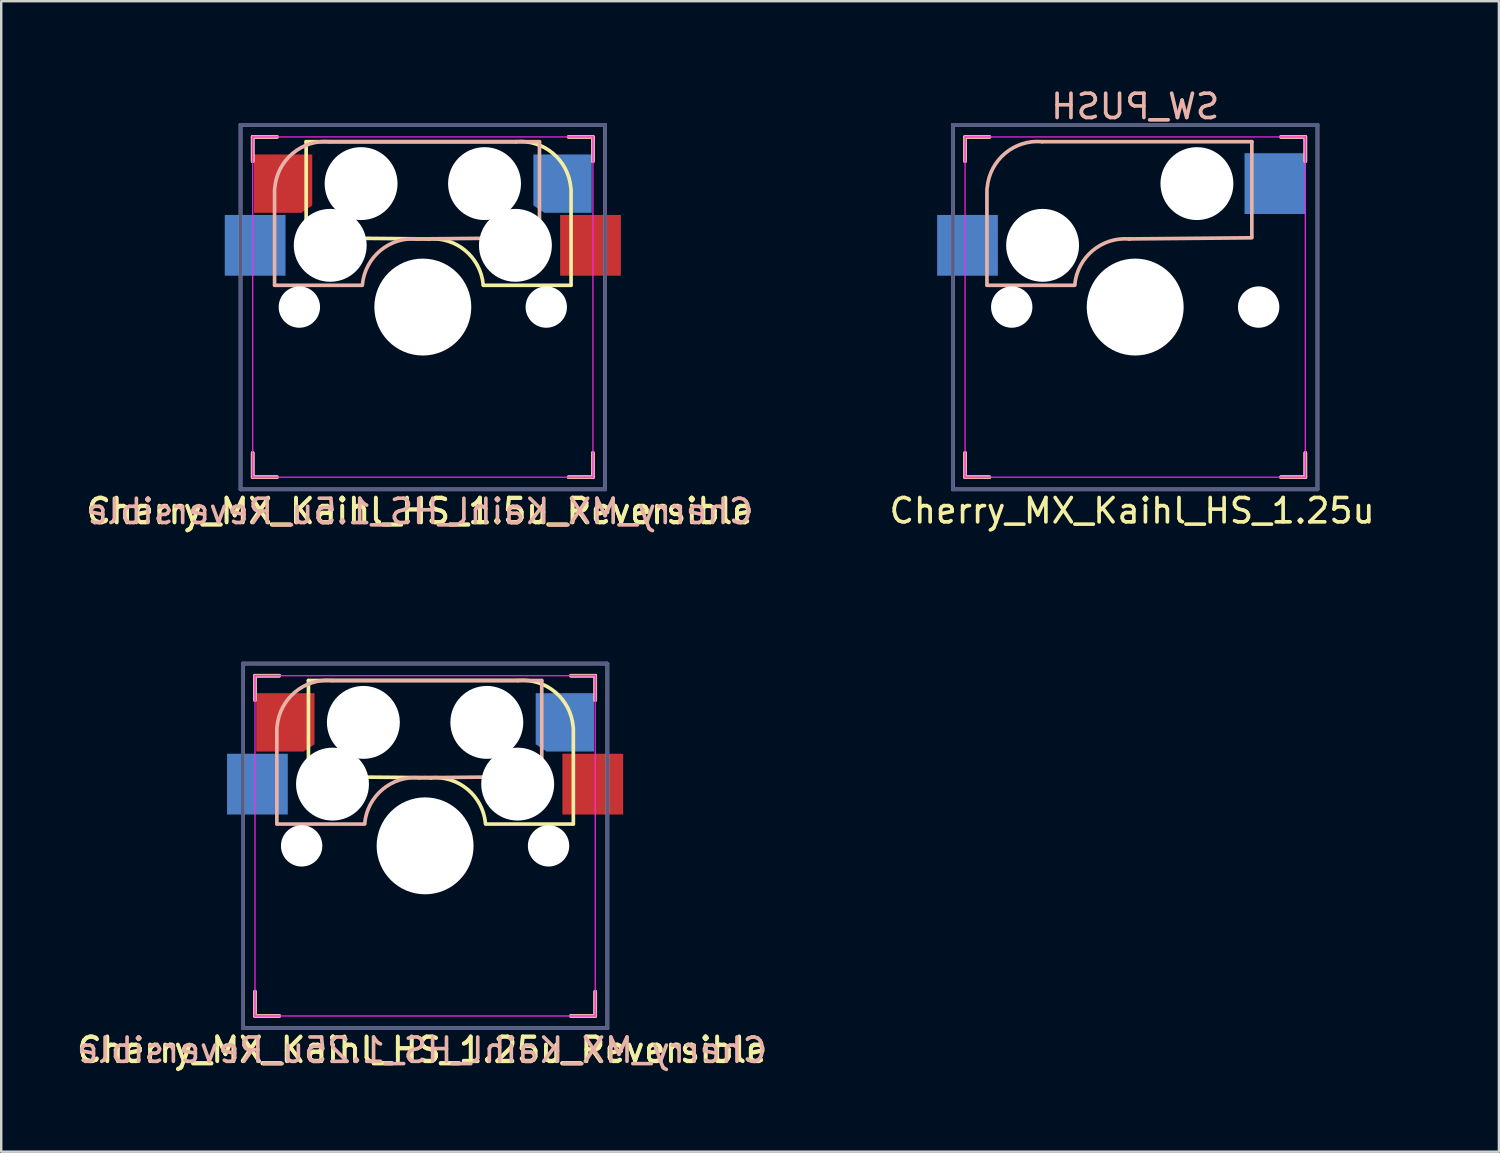
<source format=kicad_pcb>
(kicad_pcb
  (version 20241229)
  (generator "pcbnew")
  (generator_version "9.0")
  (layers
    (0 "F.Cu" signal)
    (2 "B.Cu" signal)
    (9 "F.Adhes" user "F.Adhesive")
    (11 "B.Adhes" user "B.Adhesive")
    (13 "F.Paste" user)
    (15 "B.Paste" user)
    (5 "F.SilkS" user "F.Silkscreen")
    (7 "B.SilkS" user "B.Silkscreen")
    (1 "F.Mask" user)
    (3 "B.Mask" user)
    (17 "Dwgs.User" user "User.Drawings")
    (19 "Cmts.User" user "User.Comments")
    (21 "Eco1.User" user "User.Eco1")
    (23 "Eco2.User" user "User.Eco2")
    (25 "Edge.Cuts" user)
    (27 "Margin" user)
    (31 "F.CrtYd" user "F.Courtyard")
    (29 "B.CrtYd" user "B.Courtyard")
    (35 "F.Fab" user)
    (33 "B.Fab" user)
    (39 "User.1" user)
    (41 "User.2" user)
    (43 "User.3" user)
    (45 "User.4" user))
  (footprint "Cherry_MX_Kaihl_HS_1.25u_Reversible"
    (layer "F.Cu")
    (at 14.442 31.755)
    (property "Reference" "Cherry_MX_Kaihl_HS_1.25u_Reversible" (at -0.127 8.382 0) (layer "F.SilkS") (effects (font (size 1 1) (thickness 0.15))))
    (attr through_hole)
    (fp_line (start -7 -7) (end -6 -7) (stroke (width 0.15) (type solid)) (layer "F.SilkS"))
    (fp_line (start -7 -6) (end -7 -7) (stroke (width 0.15) (type solid)) (layer "F.SilkS"))
    (fp_line (start -7 7) (end -7 6) (stroke (width 0.15) (type solid)) (layer "F.SilkS"))
    (fp_line (start -6 7) (end -7 7) (stroke (width 0.15) (type solid)) (layer "F.SilkS"))
    (fp_line (start -4.8 -6.804) (end 3.825 -6.804) (stroke (width 0.15) (type solid)) (layer "F.SilkS"))
    (fp_line (start -4.8 -2.896) (end -4.8 -6.804) (stroke (width 0.15) (type solid)) (layer "F.SilkS"))
    (fp_line (start -4.8 -2.85) (end 0.25 -2.804) (stroke (width 0.15) (type solid)) (layer "F.SilkS"))
    (fp_line (start 6 -7) (end 7 -7) (stroke (width 0.15) (type solid)) (layer "F.SilkS"))
    (fp_line (start 6.1 -4.85) (end 6.1 -0.905) (stroke (width 0.15) (type solid)) (layer "F.SilkS"))
    (fp_line (start 6.1 -0.896) (end 2.49 -0.896) (stroke (width 0.15) (type solid)) (layer "F.SilkS"))
    (fp_line (start 7 -7) (end 7 -6) (stroke (width 0.15) (type solid)) (layer "F.SilkS"))
    (fp_line (start 7 6) (end 7 7) (stroke (width 0.15) (type solid)) (layer "F.SilkS"))
    (fp_line (start 7 7) (end 6 7) (stroke (width 0.15) (type solid)) (layer "F.SilkS"))
    (fp_arc (start 0.225 -2.8) (mid 1.744361 -2.328062) (end 2.485001 -0.920001) (stroke (width 0.15) (type solid)) (layer "F.SilkS"))
    (fp_arc (start 3.825 -6.804) (mid 5.347189 -6.33089) (end 6.089 -4.92) (stroke (width 0.15) (type solid)) (layer "F.SilkS"))
    (fp_line (start -7 -7) (end -6 -7) (stroke (width 0.15) (type solid)) (layer "B.SilkS"))
    (fp_line (start -7 -6) (end -7 -7) (stroke (width 0.15) (type solid)) (layer "B.SilkS"))
    (fp_line (start -7 7) (end -7 6) (stroke (width 0.15) (type solid)) (layer "B.SilkS"))
    (fp_line (start -6.1 -4.85) (end -6.1 -0.905) (stroke (width 0.15) (type solid)) (layer "B.SilkS"))
    (fp_line (start -6.1 -0.896) (end -2.49 -0.896) (stroke (width 0.15) (type solid)) (layer "B.SilkS"))
    (fp_line (start -6 7) (end -7 7) (stroke (width 0.15) (type solid)) (layer "B.SilkS"))
    (fp_line (start 4.8 -6.804) (end -3.825 -6.804) (stroke (width 0.15) (type solid)) (layer "B.SilkS"))
    (fp_line (start 4.8 -2.896) (end 4.8 -6.804) (stroke (width 0.15) (type solid)) (layer "B.SilkS"))
    (fp_line (start 4.8 -2.85) (end -0.25 -2.804) (stroke (width 0.15) (type solid)) (layer "B.SilkS"))
    (fp_line (start 6 -7) (end 7 -7) (stroke (width 0.15) (type solid)) (layer "B.SilkS"))
    (fp_line (start 7 -7) (end 7 -6) (stroke (width 0.15) (type solid)) (layer "B.SilkS"))
    (fp_line (start 7 6) (end 7 7) (stroke (width 0.15) (type solid)) (layer "B.SilkS"))
    (fp_line (start 7 7) (end 6 7) (stroke (width 0.15) (type solid)) (layer "B.SilkS"))
    (fp_arc (start -6.089 -4.92) (mid -5.347189 -6.33089) (end -3.825 -6.804) (stroke (width 0.15) (type solid)) (layer "B.SilkS"))
    (fp_arc (start -2.484999 -0.920001) (mid -1.74436 -2.328062) (end -0.225 -2.8) (stroke (width 0.15) (type solid)) (layer "B.SilkS"))
    (fp_line (start -7 7) (end -7 -7) (stroke (width 0.1) (type solid)) (layer "Eco1.User"))
    (fp_line (start 7 -7) (end -7 -7) (stroke (width 0.1) (type solid)) (layer "Eco1.User"))
    (fp_line (start 7 7) (end -7 7) (stroke (width 0.1) (type solid)) (layer "Eco1.User"))
    (fp_line (start 7 7) (end 7 -7) (stroke (width 0.1) (type solid)) (layer "Eco1.User"))
    (fp_line (start -11.906 -9.525) (end 11.906 -9.525) (stroke (width 0.12) (type solid)) (layer "Eco2.User"))
    (fp_line (start -11.906 9.525) (end -11.906 -9.525) (stroke (width 0.12) (type solid)) (layer "Eco2.User"))
    (fp_line (start -0.8 4.25) (end 0.8 4.25) (stroke (width 0.12) (type solid)) (layer "Eco2.User"))
    (fp_line (start -0.8 5.85) (end -0.8 4.25) (stroke (width 0.12) (type solid)) (layer "Eco2.User"))
    (fp_line (start 0.8 4.25) (end 0.8 5.85) (stroke (width 0.12) (type solid)) (layer "Eco2.User"))
    (fp_line (start 0.8 5.85) (end -0.8 5.85) (stroke (width 0.12) (type solid)) (layer "Eco2.User"))
    (fp_line (start 11.906 -9.525) (end 11.906 9.525) (stroke (width 0.12) (type solid)) (layer "Eco2.User"))
    (fp_line (start 11.906 9.525) (end -11.906 9.525) (stroke (width 0.12) (type solid)) (layer "Eco2.User"))
    (fp_line (start -7 -7) (end 7 -7) (stroke (width 0.05) (type solid)) (layer "F.CrtYd"))
    (fp_line (start -7 7) (end -7 -7) (stroke (width 0.05) (type solid)) (layer "F.CrtYd"))
    (fp_line (start 7 -7) (end 7 7) (stroke (width 0.05) (type solid)) (layer "F.CrtYd"))
    (fp_line (start 7 7) (end -7 7) (stroke (width 0.05) (type solid)) (layer "F.CrtYd"))
    (fp_line (start -7.5 -7.5) (end 7.5 -7.5) (stroke (width 0.15) (type solid)) (layer "B.Fab"))
    (fp_line (start -7.5 7.5) (end -7.5 -7.5) (stroke (width 0.15) (type solid)) (layer "B.Fab"))
    (fp_line (start 7.5 -7.5) (end 7.5 7.5) (stroke (width 0.15) (type solid)) (layer "B.Fab"))
    (fp_line (start 7.5 7.5) (end -7.5 7.5) (stroke (width 0.15) (type solid)) (layer "B.Fab"))
    (fp_line (start -7.5 -7.5) (end 7.5 -7.5) (stroke (width 0.15) (type solid)) (layer "F.Fab"))
    (fp_line (start -7.5 7.5) (end -7.5 -7.5) (stroke (width 0.15) (type solid)) (layer "F.Fab"))
    (fp_line (start 7.5 -7.5) (end 7.5 7.5) (stroke (width 0.15) (type solid)) (layer "F.Fab"))
    (fp_line (start 7.5 7.5) (end -7.5 7.5) (stroke (width 0.15) (type solid)) (layer "F.Fab"))
    (fp_text user "${REFERENCE}" (at -0.12 8.41 0) (layer "F.SilkS") (effects (font (size 1 1) (thickness 0.15))))
    (fp_text user "${REFERENCE}" (at -0.12 8.41 0) (layer "B.SilkS") (effects (font (size 1 1) (thickness 0.15)) (justify mirror)))
    (pad "" np_thru_hole circle (at -5.08 0 180) (size 1.702 1.702) (drill 1.702) (layers "*.Cu" "*.Mask"))
    (pad "" np_thru_hole circle (at -3.81 -2.54 153.5) (size 3 3) (drill 3) (layers "*.Cu" "*.Mask"))
    (pad "" np_thru_hole circle (at -2.54 -5.08 206.5) (size 3 3) (drill 3) (layers "*.Cu" "*.Mask"))
    (pad "" np_thru_hole circle (at 0 0 180) (size 3.988 3.988) (drill 3.988) (layers "*.Cu" "*.Mask"))
    (pad "" np_thru_hole circle (at 2.54 -5.08 206.5) (size 3 3) (drill 3) (layers "*.Cu" "*.Mask"))
    (pad "" np_thru_hole circle (at 3.81 -2.54 206.5) (size 3 3) (drill 3) (layers "*.Cu" "*.Mask"))
    (pad "" np_thru_hole circle (at 5.08 0 180) (size 1.702 1.702) (drill 1.702) (layers "*.Cu" "*.Mask"))
    (pad "1" smd rect (at -6.9 -2.54 180) (size 2.5 2.5) (layers "B.Cu" "B.Mask" "B.Paste"))
    (pad "1" smd rect (at 6.9 -2.54 180) (size 2.5 2.5) (layers "F.Cu" "F.Mask" "F.Paste"))
    (pad "2" smd custom (at -5.75 -5.08 180) (size 2 2) (layers "F.Cu" "F.Mask" "F.Paste") (options (anchor rect)) (primitives (gr_poly (pts (xy 1.2 1.2) (xy -1.2 1.2) (xy -1.2 -0.9) (xy -0.75 -1.2) (xy 1.2 -1.2)) (width 0) (fill yes))))
    (pad "2" smd custom (at 5.75 -5.08 180) (size 2 2) (layers "B.Cu" "B.Mask" "B.Paste") (options (anchor rect)) (primitives (gr_poly (pts (xy 1.2 1.2) (xy 1.2 -0.9) (xy 0.75 -1.2) (xy -1.2 -1.2) (xy -1.2 1.2)) (width 0) (fill yes)))))
  (footprint "Cherry_MX_Kaihl_HS_1.5u_Reversible"
    (layer "F.Cu")
    (at 14.348 9.585)
    (property "Reference" "Cherry_MX_Kaihl_HS_1.5u_Reversible" (at -0.127 8.382 0) (layer "F.SilkS") (effects (font (size 1 1) (thickness 0.15))))
    (attr through_hole)
    (fp_line (start -7 -7) (end -6 -7) (stroke (width 0.15) (type solid)) (layer "F.SilkS"))
    (fp_line (start -7 -6) (end -7 -7) (stroke (width 0.15) (type solid)) (layer "F.SilkS"))
    (fp_line (start -7 7) (end -7 6) (stroke (width 0.15) (type solid)) (layer "F.SilkS"))
    (fp_line (start -6 7) (end -7 7) (stroke (width 0.15) (type solid)) (layer "F.SilkS"))
    (fp_line (start -4.8 -6.804) (end 3.825 -6.804) (stroke (width 0.15) (type solid)) (layer "F.SilkS"))
    (fp_line (start -4.8 -2.896) (end -4.8 -6.804) (stroke (width 0.15) (type solid)) (layer "F.SilkS"))
    (fp_line (start -4.8 -2.85) (end 0.25 -2.804) (stroke (width 0.15) (type solid)) (layer "F.SilkS"))
    (fp_line (start 6 -7) (end 7 -7) (stroke (width 0.15) (type solid)) (layer "F.SilkS"))
    (fp_line (start 6.1 -4.85) (end 6.1 -0.905) (stroke (width 0.15) (type solid)) (layer "F.SilkS"))
    (fp_line (start 6.1 -0.896) (end 2.49 -0.896) (stroke (width 0.15) (type solid)) (layer "F.SilkS"))
    (fp_line (start 7 -7) (end 7 -6) (stroke (width 0.15) (type solid)) (layer "F.SilkS"))
    (fp_line (start 7 6) (end 7 7) (stroke (width 0.15) (type solid)) (layer "F.SilkS"))
    (fp_line (start 7 7) (end 6 7) (stroke (width 0.15) (type solid)) (layer "F.SilkS"))
    (fp_arc (start 0.225 -2.8) (mid 1.744361 -2.328062) (end 2.485001 -0.920001) (stroke (width 0.15) (type solid)) (layer "F.SilkS"))
    (fp_arc (start 3.825 -6.804) (mid 5.347189 -6.33089) (end 6.089 -4.92) (stroke (width 0.15) (type solid)) (layer "F.SilkS"))
    (fp_line (start -7 -7) (end -6 -7) (stroke (width 0.15) (type solid)) (layer "B.SilkS"))
    (fp_line (start -7 -6) (end -7 -7) (stroke (width 0.15) (type solid)) (layer "B.SilkS"))
    (fp_line (start -7 7) (end -7 6) (stroke (width 0.15) (type solid)) (layer "B.SilkS"))
    (fp_line (start -6.1 -4.85) (end -6.1 -0.905) (stroke (width 0.15) (type solid)) (layer "B.SilkS"))
    (fp_line (start -6.1 -0.896) (end -2.49 -0.896) (stroke (width 0.15) (type solid)) (layer "B.SilkS"))
    (fp_line (start -6 7) (end -7 7) (stroke (width 0.15) (type solid)) (layer "B.SilkS"))
    (fp_line (start 4.8 -6.804) (end -3.825 -6.804) (stroke (width 0.15) (type solid)) (layer "B.SilkS"))
    (fp_line (start 4.8 -2.896) (end 4.8 -6.804) (stroke (width 0.15) (type solid)) (layer "B.SilkS"))
    (fp_line (start 4.8 -2.85) (end -0.25 -2.804) (stroke (width 0.15) (type solid)) (layer "B.SilkS"))
    (fp_line (start 6 -7) (end 7 -7) (stroke (width 0.15) (type solid)) (layer "B.SilkS"))
    (fp_line (start 7 -7) (end 7 -6) (stroke (width 0.15) (type solid)) (layer "B.SilkS"))
    (fp_line (start 7 6) (end 7 7) (stroke (width 0.15) (type solid)) (layer "B.SilkS"))
    (fp_line (start 7 7) (end 6 7) (stroke (width 0.15) (type solid)) (layer "B.SilkS"))
    (fp_arc (start -6.089 -4.92) (mid -5.347189 -6.33089) (end -3.825 -6.804) (stroke (width 0.15) (type solid)) (layer "B.SilkS"))
    (fp_arc (start -2.484999 -0.920001) (mid -1.74436 -2.328062) (end -0.225 -2.8) (stroke (width 0.15) (type solid)) (layer "B.SilkS"))
    (fp_line (start -7 7) (end -7 -7) (stroke (width 0.1) (type solid)) (layer "Eco1.User"))
    (fp_line (start 7 -7) (end -7 -7) (stroke (width 0.1) (type solid)) (layer "Eco1.User"))
    (fp_line (start 7 7) (end -7 7) (stroke (width 0.1) (type solid)) (layer "Eco1.User"))
    (fp_line (start 7 7) (end 7 -7) (stroke (width 0.1) (type solid)) (layer "Eco1.User"))
    (fp_line (start -14.287 -9.525) (end 14.287 -9.525) (stroke (width 0.12) (type solid)) (layer "Eco2.User"))
    (fp_line (start -14.287 9.525) (end -14.287 -9.525) (stroke (width 0.12) (type solid)) (layer "Eco2.User"))
    (fp_line (start -0.8 4.25) (end 0.8 4.25) (stroke (width 0.12) (type solid)) (layer "Eco2.User"))
    (fp_line (start -0.8 5.85) (end -0.8 4.25) (stroke (width 0.12) (type solid)) (layer "Eco2.User"))
    (fp_line (start 0.8 4.25) (end 0.8 5.85) (stroke (width 0.12) (type solid)) (layer "Eco2.User"))
    (fp_line (start 0.8 5.85) (end -0.8 5.85) (stroke (width 0.12) (type solid)) (layer "Eco2.User"))
    (fp_line (start 14.287 -9.525) (end 14.287 9.525) (stroke (width 0.12) (type solid)) (layer "Eco2.User"))
    (fp_line (start 14.287 9.525) (end -14.287 9.525) (stroke (width 0.12) (type solid)) (layer "Eco2.User"))
    (fp_line (start -7 -7) (end 7 -7) (stroke (width 0.05) (type solid)) (layer "F.CrtYd"))
    (fp_line (start -7 7) (end -7 -7) (stroke (width 0.05) (type solid)) (layer "F.CrtYd"))
    (fp_line (start 7 -7) (end 7 7) (stroke (width 0.05) (type solid)) (layer "F.CrtYd"))
    (fp_line (start 7 7) (end -7 7) (stroke (width 0.05) (type solid)) (layer "F.CrtYd"))
    (fp_line (start -7.5 -7.5) (end 7.5 -7.5) (stroke (width 0.15) (type solid)) (layer "B.Fab"))
    (fp_line (start -7.5 7.5) (end -7.5 -7.5) (stroke (width 0.15) (type solid)) (layer "B.Fab"))
    (fp_line (start 7.5 -7.5) (end 7.5 7.5) (stroke (width 0.15) (type solid)) (layer "B.Fab"))
    (fp_line (start 7.5 7.5) (end -7.5 7.5) (stroke (width 0.15) (type solid)) (layer "B.Fab"))
    (fp_line (start -7.5 -7.5) (end 7.5 -7.5) (stroke (width 0.15) (type solid)) (layer "F.Fab"))
    (fp_line (start -7.5 7.5) (end -7.5 -7.5) (stroke (width 0.15) (type solid)) (layer "F.Fab"))
    (fp_line (start 7.5 -7.5) (end 7.5 7.5) (stroke (width 0.15) (type solid)) (layer "F.Fab"))
    (fp_line (start 7.5 7.5) (end -7.5 7.5) (stroke (width 0.15) (type solid)) (layer "F.Fab"))
    (fp_text user "${REFERENCE}" (at -0.12 8.41 0) (layer "F.SilkS") (effects (font (size 1 1) (thickness 0.15))))
    (fp_text user "${REFERENCE}" (at -0.12 8.41 0) (layer "B.SilkS") (effects (font (size 1 1) (thickness 0.15)) (justify mirror)))
    (pad "" np_thru_hole circle (at -5.08 0 180) (size 1.702 1.702) (drill 1.702) (layers "*.Cu" "*.Mask"))
    (pad "" np_thru_hole circle (at -3.81 -2.54 153.5) (size 3 3) (drill 3) (layers "*.Cu" "*.Mask"))
    (pad "" np_thru_hole circle (at -2.54 -5.08 206.5) (size 3 3) (drill 3) (layers "*.Cu" "*.Mask"))
    (pad "" np_thru_hole circle (at 0 0 180) (size 3.988 3.988) (drill 3.988) (layers "*.Cu" "*.Mask"))
    (pad "" np_thru_hole circle (at 2.54 -5.08 206.5) (size 3 3) (drill 3) (layers "*.Cu" "*.Mask"))
    (pad "" np_thru_hole circle (at 3.81 -2.54 206.5) (size 3 3) (drill 3) (layers "*.Cu" "*.Mask"))
    (pad "" np_thru_hole circle (at 5.08 0 180) (size 1.702 1.702) (drill 1.702) (layers "*.Cu" "*.Mask"))
    (pad "1" smd rect (at -6.9 -2.54 180) (size 2.5 2.5) (layers "B.Cu" "B.Mask" "B.Paste"))
    (pad "1" smd rect (at 6.9 -2.54 180) (size 2.5 2.5) (layers "F.Cu" "F.Mask" "F.Paste"))
    (pad "2" smd custom (at -5.75 -5.08 180) (size 2 2) (layers "F.Cu" "F.Mask" "F.Paste") (options (anchor rect)) (primitives (gr_poly (pts (xy 1.2 1.2) (xy -1.2 1.2) (xy -1.2 -0.9) (xy -0.75 -1.2) (xy 1.2 -1.2)) (width 0) (fill yes))))
    (pad "2" smd custom (at 5.75 -5.08 180) (size 2 2) (layers "B.Cu" "B.Mask" "B.Paste") (options (anchor rect)) (primitives (gr_poly (pts (xy 1.2 1.2) (xy 1.2 -0.9) (xy 0.75 -1.2) (xy -1.2 -1.2) (xy -1.2 1.2)) (width 0) (fill yes)))))
  (footprint "Cherry_MX_Kaihl_HS_1.25u"
    (layer "F.Cu")
    (at 43.661 9.585)
    (property "Reference" "Cherry_MX_Kaihl_HS_1.25u" (at -0.127 8.382 0) (layer "F.SilkS") (effects (font (size 1 1) (thickness 0.15))))
    (property "Value" "SW_PUSH" (at 0.025 -8.255 0) (layer "F.SilkS") (hide yes) (effects (font (size 1 1) (thickness 0.15))))
    (attr through_hole)
    (fp_line (start -7 -7) (end -6 -7) (stroke (width 0.15) (type solid)) (layer "F.SilkS"))
    (fp_line (start -7 -6) (end -7 -7) (stroke (width 0.15) (type solid)) (layer "F.SilkS"))
    (fp_line (start -7 7) (end -7 6) (stroke (width 0.15) (type solid)) (layer "F.SilkS"))
    (fp_line (start -6 7) (end -7 7) (stroke (width 0.15) (type solid)) (layer "F.SilkS"))
    (fp_line (start 6 -7) (end 7 -7) (stroke (width 0.15) (type solid)) (layer "F.SilkS"))
    (fp_line (start 7 -7) (end 7 -6) (stroke (width 0.15) (type solid)) (layer "F.SilkS"))
    (fp_line (start 7 6) (end 7 7) (stroke (width 0.15) (type solid)) (layer "F.SilkS"))
    (fp_line (start 7 7) (end 6 7) (stroke (width 0.15) (type solid)) (layer "F.SilkS"))
    (fp_line (start -7 -7) (end -6 -7) (stroke (width 0.15) (type solid)) (layer "B.SilkS"))
    (fp_line (start -7 -6) (end -7 -7) (stroke (width 0.15) (type solid)) (layer "B.SilkS"))
    (fp_line (start -7 7) (end -7 6) (stroke (width 0.15) (type solid)) (layer "B.SilkS"))
    (fp_line (start -6.1 -4.85) (end -6.1 -0.905) (stroke (width 0.15) (type solid)) (layer "B.SilkS"))
    (fp_line (start -6.1 -0.896) (end -2.49 -0.896) (stroke (width 0.15) (type solid)) (layer "B.SilkS"))
    (fp_line (start -6 7) (end -7 7) (stroke (width 0.15) (type solid)) (layer "B.SilkS"))
    (fp_line (start 4.8 -6.804) (end -3.825 -6.804) (stroke (width 0.15) (type solid)) (layer "B.SilkS"))
    (fp_line (start 4.8 -2.896) (end 4.8 -6.804) (stroke (width 0.15) (type solid)) (layer "B.SilkS"))
    (fp_line (start 4.8 -2.85) (end -0.25 -2.804) (stroke (width 0.15) (type solid)) (layer "B.SilkS"))
    (fp_line (start 6 -7) (end 7 -7) (stroke (width 0.15) (type solid)) (layer "B.SilkS"))
    (fp_line (start 7 -7) (end 7 -6) (stroke (width 0.15) (type solid)) (layer "B.SilkS"))
    (fp_line (start 7 6) (end 7 7) (stroke (width 0.15) (type solid)) (layer "B.SilkS"))
    (fp_line (start 7 7) (end 6 7) (stroke (width 0.15) (type solid)) (layer "B.SilkS"))
    (fp_arc (start -6.089 -4.92) (mid -5.347189 -6.33089) (end -3.825 -6.804) (stroke (width 0.15) (type solid)) (layer "B.SilkS"))
    (fp_arc (start -2.484999 -0.920001) (mid -1.74436 -2.328062) (end -0.225 -2.8) (stroke (width 0.15) (type solid)) (layer "B.SilkS"))
    (fp_line (start -7 7) (end -7 -7) (stroke (width 0.1) (type solid)) (layer "Eco1.User"))
    (fp_line (start 7 -7) (end -7 -7) (stroke (width 0.1) (type solid)) (layer "Eco1.User"))
    (fp_line (start 7 7) (end -7 7) (stroke (width 0.1) (type solid)) (layer "Eco1.User"))
    (fp_line (start 7 7) (end 7 -7) (stroke (width 0.1) (type solid)) (layer "Eco1.User"))
    (fp_line (start -11.906 -9.525) (end 11.906 -9.525) (stroke (width 0.12) (type solid)) (layer "Eco2.User"))
    (fp_line (start -11.906 9.525) (end -11.906 -9.525) (stroke (width 0.12) (type solid)) (layer "Eco2.User"))
    (fp_line (start -0.8 4.25) (end 0.8 4.25) (stroke (width 0.12) (type solid)) (layer "Eco2.User"))
    (fp_line (start -0.8 5.85) (end -0.8 4.25) (stroke (width 0.12) (type solid)) (layer "Eco2.User"))
    (fp_line (start 0.8 4.25) (end 0.8 5.85) (stroke (width 0.12) (type solid)) (layer "Eco2.User"))
    (fp_line (start 0.8 5.85) (end -0.8 5.85) (stroke (width 0.12) (type solid)) (layer "Eco2.User"))
    (fp_line (start 11.906 -9.525) (end 11.906 9.525) (stroke (width 0.12) (type solid)) (layer "Eco2.User"))
    (fp_line (start 11.906 9.525) (end -11.906 9.525) (stroke (width 0.12) (type solid)) (layer "Eco2.User"))
    (fp_line (start -7 -7) (end 7 -7) (stroke (width 0.05) (type solid)) (layer "F.CrtYd"))
    (fp_line (start -7 7) (end -7 -7) (stroke (width 0.05) (type solid)) (layer "F.CrtYd"))
    (fp_line (start 7 -7) (end 7 7) (stroke (width 0.05) (type solid)) (layer "F.CrtYd"))
    (fp_line (start 7 7) (end -7 7) (stroke (width 0.05) (type solid)) (layer "F.CrtYd"))
    (fp_line (start -7.5 -7.5) (end 7.5 -7.5) (stroke (width 0.15) (type solid)) (layer "B.Fab"))
    (fp_line (start -7.5 7.5) (end -7.5 -7.5) (stroke (width 0.15) (type solid)) (layer "B.Fab"))
    (fp_line (start 7.5 -7.5) (end 7.5 7.5) (stroke (width 0.15) (type solid)) (layer "B.Fab"))
    (fp_line (start 7.5 7.5) (end -7.5 7.5) (stroke (width 0.15) (type solid)) (layer "B.Fab"))
    (fp_line (start -7.5 -7.5) (end 7.5 -7.5) (stroke (width 0.15) (type solid)) (layer "F.Fab"))
    (fp_line (start -7.5 7.5) (end -7.5 -7.5) (stroke (width 0.15) (type solid)) (layer "F.Fab"))
    (fp_line (start 7.5 -7.5) (end 7.5 7.5) (stroke (width 0.15) (type solid)) (layer "F.Fab"))
    (fp_line (start 7.5 7.5) (end -7.5 7.5) (stroke (width 0.15) (type solid)) (layer "F.Fab"))
    (fp_text user "${VALUE}" (at 0 -8.255 180) (layer "B.SilkS") (effects (font (size 1 1) (thickness 0.15)) (justify mirror)))
    (pad "" np_thru_hole circle (at -5.08 0 180) (size 1.702 1.702) (drill 1.702) (layers "*.Cu" "*.Mask"))
    (pad "" np_thru_hole circle (at -3.81 -2.54 153.5) (size 3 3) (drill 3) (layers "*.Cu" "*.Mask"))
    (pad "" np_thru_hole circle (at 0 0 180) (size 3.988 3.988) (drill 3.988) (layers "*.Cu" "*.Mask"))
    (pad "" np_thru_hole circle (at 2.54 -5.08 206.5) (size 3 3) (drill 3) (layers "*.Cu" "*.Mask"))
    (pad "" np_thru_hole circle (at 5.08 0 180) (size 1.702 1.702) (drill 1.702) (layers "*.Cu" "*.Mask"))
    (pad "1" smd rect (at -6.9 -2.54 180) (size 2.5 2.5) (layers "B.Cu" "B.Mask" "B.Paste"))
    (pad "2" smd rect (at 5.75 -5.08 180) (size 2.5 2.5) (layers "B.Cu" "B.Mask" "B.Paste")))
  (gr_rect
    (start -3 -3)
    (end 58.627 44.34)
    (stroke (width 0.1) (type default))
    (fill no)
    (layer "Edge.Cuts")))
</source>
